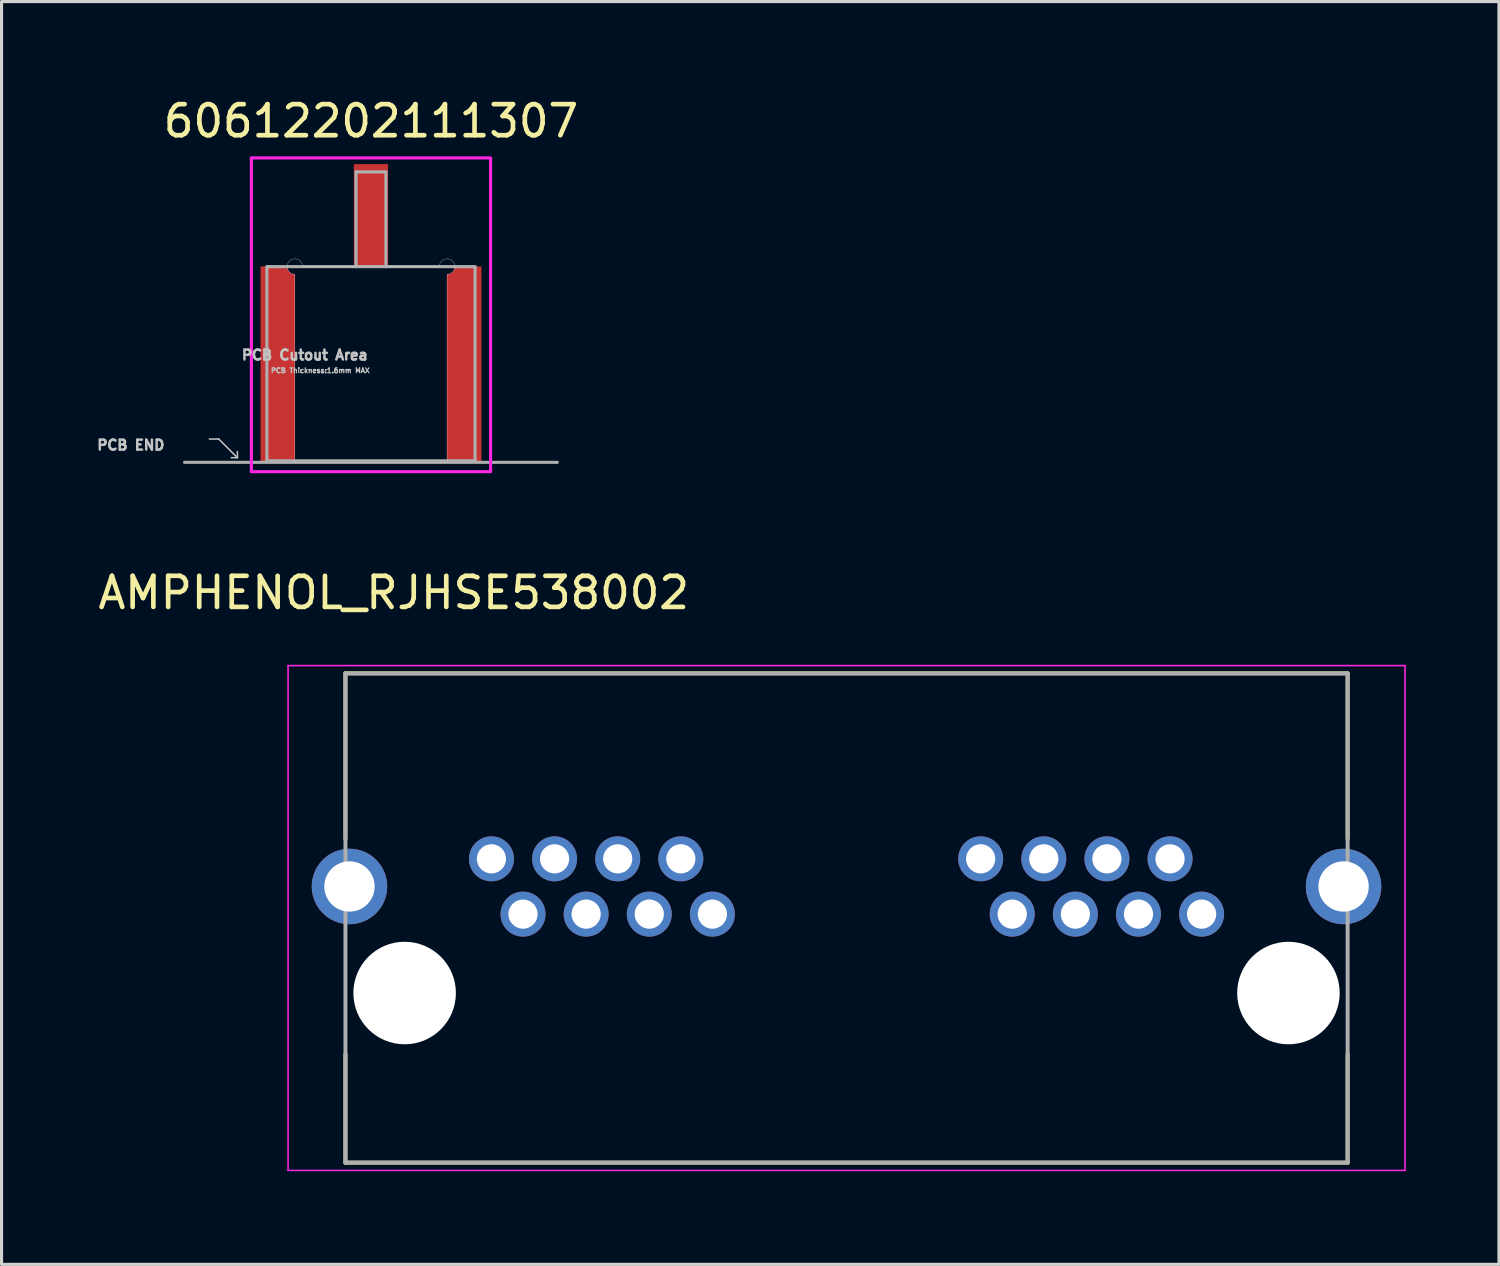
<source format=kicad_pcb>
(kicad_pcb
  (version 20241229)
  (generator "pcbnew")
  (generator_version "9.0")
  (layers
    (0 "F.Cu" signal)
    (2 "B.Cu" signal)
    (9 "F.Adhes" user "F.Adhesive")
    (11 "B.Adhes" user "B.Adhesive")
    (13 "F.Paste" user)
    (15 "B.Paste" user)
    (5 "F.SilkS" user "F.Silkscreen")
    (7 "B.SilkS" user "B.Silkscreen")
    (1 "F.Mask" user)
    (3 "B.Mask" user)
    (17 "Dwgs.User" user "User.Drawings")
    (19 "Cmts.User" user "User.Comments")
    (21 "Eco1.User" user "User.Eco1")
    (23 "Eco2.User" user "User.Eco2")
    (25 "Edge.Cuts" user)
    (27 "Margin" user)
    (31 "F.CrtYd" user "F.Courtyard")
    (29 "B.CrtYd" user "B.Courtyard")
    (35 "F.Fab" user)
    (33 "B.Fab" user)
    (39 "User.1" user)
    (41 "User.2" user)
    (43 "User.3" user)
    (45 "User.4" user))
  (footprint "60612202111307"
    (layer "F.Cu")
    (at 8.892 3.883)
    (property "Reference" "60612202111307" (at 0 -3.035 0) (layer "F.SilkS") (effects (font (size 1 1) (thickness 0.15))))
    (attr smd)
    (fp_poly (pts (xy 2.35 1.8) (xy 2.35 8.05) (xy 3.65 8.05) (xy 3.65 1.55) (xy 2.6 1.55) (xy 2.6 1.563) (xy 2.599 1.576) (xy 2.597 1.589) (xy 2.595 1.602) (xy 2.591 1.615) (xy 2.588 1.627) (xy 2.583 1.64) (xy 2.578 1.652) (xy 2.573 1.663) (xy 2.567 1.675) (xy 2.56 1.686) (xy 2.552 1.697) (xy 2.544 1.707) (xy 2.536 1.717) (xy 2.527 1.727) (xy 2.517 1.736) (xy 2.507 1.744) (xy 2.497 1.752) (xy 2.486 1.76) (xy 2.475 1.767) (xy 2.463 1.773) (xy 2.452 1.778) (xy 2.44 1.783) (xy 2.427 1.788) (xy 2.415 1.791) (xy 2.402 1.795) (xy 2.389 1.797) (xy 2.376 1.799) (xy 2.363 1.8) (xy 2.35 1.8)) (stroke (width 0.01) (type solid)) (fill yes) (layer "F.Mask"))
    (fp_poly (pts (xy -3.65 1.55) (xy -2.6 1.55) (xy -2.6 1.545) (xy -2.6 1.55) (xy -2.6 1.563) (xy -2.599 1.576) (xy -2.597 1.589) (xy -2.595 1.602) (xy -2.591 1.615) (xy -2.588 1.627) (xy -2.583 1.64) (xy -2.578 1.652) (xy -2.573 1.663) (xy -2.567 1.675) (xy -2.56 1.686) (xy -2.552 1.697) (xy -2.544 1.707) (xy -2.536 1.717) (xy -2.527 1.727) (xy -2.517 1.736) (xy -2.507 1.744) (xy -2.497 1.752) (xy -2.486 1.76) (xy -2.475 1.767) (xy -2.463 1.773) (xy -2.452 1.778) (xy -2.44 1.783) (xy -2.427 1.788) (xy -2.415 1.791) (xy -2.402 1.795) (xy -2.389 1.797) (xy -2.376 1.799) (xy -2.363 1.8) (xy -2.35 1.8) (xy -2.35 8.05) (xy -3.65 8.05) (xy -3.65 1.55)) (stroke (width 0.01) (type solid)) (fill yes) (layer "F.Mask"))
    (fp_poly (pts (xy -3.55 7.95) (xy -2.45 7.95) (xy -2.45 1.9) (xy -2.463 1.9) (xy -2.476 1.899) (xy -2.489 1.897) (xy -2.502 1.895) (xy -2.515 1.891) (xy -2.527 1.888) (xy -2.54 1.883) (xy -2.552 1.878) (xy -2.563 1.873) (xy -2.575 1.867) (xy -2.586 1.86) (xy -2.597 1.852) (xy -2.607 1.844) (xy -2.617 1.836) (xy -2.627 1.827) (xy -2.636 1.817) (xy -2.644 1.807) (xy -2.652 1.797) (xy -2.66 1.786) (xy -2.667 1.775) (xy -2.673 1.763) (xy -2.678 1.752) (xy -2.683 1.74) (xy -2.688 1.727) (xy -2.691 1.715) (xy -2.695 1.702) (xy -2.697 1.689) (xy -2.699 1.676) (xy -2.7 1.663) (xy -2.7 1.65) (xy -3.55 1.65) (xy -3.55 7.95)) (stroke (width 0.01) (type solid)) (fill yes) (layer "F.Paste"))
    (fp_poly (pts (xy 2.45 7.95) (xy 3.55 7.95) (xy 3.55 1.65) (xy 2.7 1.65) (xy 2.7 1.663) (xy 2.699 1.676) (xy 2.697 1.689) (xy 2.695 1.702) (xy 2.691 1.715) (xy 2.688 1.727) (xy 2.683 1.74) (xy 2.678 1.752) (xy 2.673 1.763) (xy 2.667 1.775) (xy 2.66 1.786) (xy 2.652 1.797) (xy 2.644 1.807) (xy 2.636 1.817) (xy 2.627 1.827) (xy 2.617 1.836) (xy 2.607 1.844) (xy 2.597 1.852) (xy 2.586 1.86) (xy 2.575 1.867) (xy 2.563 1.873) (xy 2.552 1.878) (xy 2.54 1.883) (xy 2.527 1.888) (xy 2.515 1.891) (xy 2.502 1.895) (xy 2.489 1.897) (xy 2.476 1.899) (xy 2.463 1.9) (xy 2.45 1.9) (xy 2.45 7.95)) (stroke (width 0.01) (type solid)) (fill yes) (layer "F.Paste"))
    (fp_line (start -5.2 7.2) (end -4.9 7.2) (stroke (width 0.05) (type solid)) (layer "Dwgs.User"))
    (fp_line (start -4.9 7.2) (end -4.3 7.8) (stroke (width 0.05) (type solid)) (layer "Dwgs.User"))
    (fp_line (start -4.3 7.8) (end -4.5 7.8) (stroke (width 0.05) (type solid)) (layer "Dwgs.User"))
    (fp_line (start -4.3 7.8) (end -4.3 7.6) (stroke (width 0.05) (type solid)) (layer "Dwgs.User"))
    (fp_line (start -2.45 7.95) (end -2.45 1.9) (stroke (width 0.01) (type solid)) (layer "Edge.Cuts"))
    (fp_line (start -2.2 1.65) (end 2.2 1.65) (stroke (width 0.01) (type solid)) (layer "Edge.Cuts"))
    (fp_line (start 2.45 1.9) (end 2.45 7.95) (stroke (width 0.01) (type solid)) (layer "Edge.Cuts"))
    (fp_line (start 2.45 7.95) (end -2.45 7.95) (stroke (width 0.01) (type solid)) (layer "Edge.Cuts"))
    (fp_arc (start -2.7 1.65) (mid -2.626777 1.473223) (end -2.45 1.4) (stroke (width 0.01) (type solid)) (layer "Edge.Cuts"))
    (fp_arc (start -2.45 1.4) (mid -2.273223 1.473223) (end -2.2 1.65) (stroke (width 0.01) (type solid)) (layer "Edge.Cuts"))
    (fp_arc (start -2.45 1.9) (mid -2.626777 1.826777) (end -2.7 1.65) (stroke (width 0.01) (type solid)) (layer "Edge.Cuts"))
    (fp_arc (start 2.2 1.65) (mid 2.273223 1.473223) (end 2.45 1.4) (stroke (width 0.01) (type solid)) (layer "Edge.Cuts"))
    (fp_arc (start 2.45 1.4) (mid 2.626777 1.473223) (end 2.7 1.65) (stroke (width 0.01) (type solid)) (layer "Edge.Cuts"))
    (fp_arc (start 2.7 1.65) (mid 2.626777 1.826777) (end 2.45 1.9) (stroke (width 0.01) (type solid)) (layer "Edge.Cuts"))
    (fp_poly (pts (xy -3.85 -1.85) (xy 3.85 -1.85) (xy 3.85 8.25) (xy -3.85 8.25)) (stroke (width 0.1) (type solid)) (fill no) (layer "F.CrtYd"))
    (fp_line (start -6 7.95) (end 6 7.95) (stroke (width 0.1) (type solid)) (layer "F.Fab"))
    (fp_line (start -3.35 1.65) (end -3.35 7.9) (stroke (width 0.1) (type solid)) (layer "F.Fab"))
    (fp_line (start -3.35 7.9) (end 3.35 7.9) (stroke (width 0.1) (type solid)) (layer "F.Fab"))
    (fp_line (start -0.48 -1.4) (end -0.48 1.65) (stroke (width 0.1) (type solid)) (layer "F.Fab"))
    (fp_line (start -0.48 1.65) (end -3.35 1.65) (stroke (width 0.1) (type solid)) (layer "F.Fab"))
    (fp_line (start -0.48 1.65) (end 0.48 1.65) (stroke (width 0.1) (type solid)) (layer "F.Fab"))
    (fp_line (start 0.48 -1.4) (end -0.48 -1.4) (stroke (width 0.1) (type solid)) (layer "F.Fab"))
    (fp_line (start 0.48 1.65) (end 0.48 -1.4) (stroke (width 0.1) (type solid)) (layer "F.Fab"))
    (fp_line (start 3.35 1.65) (end 0.48 1.65) (stroke (width 0.1) (type solid)) (layer "F.Fab"))
    (fp_line (start 3.35 7.9) (end 3.35 1.65) (stroke (width 0.1) (type solid)) (layer "F.Fab"))
    (fp_text user "PCB END" (at -7.73 7.395 0) (layer "Dwgs.User") (effects (font (size 0.32 0.32) (thickness 0.15))))
    (fp_text user "PCB Cutout Area" (at -2.13 4.495 0) (layer "Dwgs.User") (effects (font (size 0.32 0.32) (thickness 0.15))))
    (fp_text user "PCB Thickness:1.6mm MAX" (at -1.63 4.995 0) (layer "Dwgs.User") (effects (font (size 0.157 0.157) (thickness 0.15))))
    (fp_text user "PCB Cutout Area" (at -2.13 4.495 0) (layer "Edge.Cuts") (effects (font (size 0.32 0.32) (thickness 0.15))))
    (pad "1" smd rect (at 0 0) (size 1.1 3.3) (layers "F.Cu" "F.Mask" "F.Paste"))
    (pad "2" smd custom (at -3 4.8) (size 1 5) (layers "F.Cu") (options (anchor rect)) (primitives (gr_poly (pts (xy -0.55 3.15) (xy 0.55 3.15) (xy 0.55 -2.9) (xy 0.537 -2.9) (xy 0.524 -2.901) (xy 0.511 -2.903) (xy 0.498 -2.905) (xy 0.485 -2.909) (xy 0.473 -2.912) (xy 0.46 -2.917) (xy 0.448 -2.922) (xy 0.437 -2.927) (xy 0.425 -2.933) (xy 0.414 -2.94) (xy 0.403 -2.948) (xy 0.393 -2.956) (xy 0.383 -2.964) (xy 0.373 -2.973) (xy 0.364 -2.983) (xy 0.356 -2.993) (xy 0.348 -3.003) (xy 0.34 -3.014) (xy 0.333 -3.025) (xy 0.327 -3.037) (xy 0.322 -3.048) (xy 0.317 -3.06) (xy 0.312 -3.073) (xy 0.309 -3.085) (xy 0.305 -3.098) (xy 0.303 -3.111) (xy 0.301 -3.124) (xy 0.3 -3.137) (xy 0.3 -3.15) (xy -0.55 -3.15) (xy -0.55 3.15)) (width 0.01) (fill yes))))
    (pad "3" smd custom (at 3 4.8) (size 1 5) (layers "F.Cu") (options (anchor rect)) (primitives (gr_poly (pts (xy -0.55 3.15) (xy 0.55 3.15) (xy 0.55 -3.15) (xy -0.3 -3.15) (xy -0.3 -3.137) (xy -0.301 -3.124) (xy -0.303 -3.111) (xy -0.305 -3.098) (xy -0.309 -3.085) (xy -0.312 -3.073) (xy -0.317 -3.06) (xy -0.322 -3.048) (xy -0.327 -3.037) (xy -0.333 -3.025) (xy -0.34 -3.014) (xy -0.348 -3.003) (xy -0.356 -2.993) (xy -0.364 -2.983) (xy -0.373 -2.973) (xy -0.383 -2.964) (xy -0.393 -2.956) (xy -0.403 -2.948) (xy -0.414 -2.94) (xy -0.425 -2.933) (xy -0.437 -2.927) (xy -0.448 -2.922) (xy -0.46 -2.917) (xy -0.473 -2.912) (xy -0.485 -2.909) (xy -0.498 -2.905) (xy -0.511 -2.903) (xy -0.524 -2.901) (xy -0.537 -2.9) (xy -0.55 -2.9) (xy -0.55 3.15)) (width 0.01) (fill yes)))))
  (footprint "AMPHENOL_RJHSE538002"
    (layer "F.Cu")
    (at 24.2 28.916)
    (property "Reference" "AMPHENOL_RJHSE538002" (at -14.575 -12.885 0) (layer "F.SilkS") (effects (font (size 1 1) (thickness 0.15))))
    (attr through_hole)
    (fp_line (start -16.13 -10.29) (end 16.13 -10.29) (stroke (width 0.127) (type solid)) (layer "F.SilkS"))
    (fp_line (start -16.13 -4.965) (end -16.13 -10.29) (stroke (width 0.127) (type solid)) (layer "F.SilkS"))
    (fp_line (start -16.13 5.46) (end -16.13 1.97) (stroke (width 0.127) (type solid)) (layer "F.SilkS"))
    (fp_line (start 16.13 -10.29) (end 16.13 -4.965) (stroke (width 0.127) (type solid)) (layer "F.SilkS"))
    (fp_line (start 16.13 1.97) (end 16.13 5.46) (stroke (width 0.127) (type solid)) (layer "F.SilkS"))
    (fp_line (start 16.13 5.46) (end -16.13 5.46) (stroke (width 0.127) (type solid)) (layer "F.SilkS"))
    (fp_line (start -17.977 -10.54) (end -17.977 5.71) (stroke (width 0.05) (type solid)) (layer "F.CrtYd"))
    (fp_line (start -17.977 5.71) (end 17.977 5.71) (stroke (width 0.05) (type solid)) (layer "F.CrtYd"))
    (fp_line (start 17.977 -10.54) (end -17.977 -10.54) (stroke (width 0.05) (type solid)) (layer "F.CrtYd"))
    (fp_line (start 17.977 5.71) (end 17.977 -10.54) (stroke (width 0.05) (type solid)) (layer "F.CrtYd"))
    (fp_line (start -16.13 -10.29) (end 16.13 -10.29) (stroke (width 0.127) (type solid)) (layer "F.Fab"))
    (fp_line (start -16.13 5.46) (end -16.13 -10.29) (stroke (width 0.127) (type solid)) (layer "F.Fab"))
    (fp_line (start 16.13 -10.29) (end 16.13 5.46) (stroke (width 0.127) (type solid)) (layer "F.Fab"))
    (fp_line (start 16.13 5.46) (end -16.13 5.46) (stroke (width 0.127) (type solid)) (layer "F.Fab"))
    (pad "" np_thru_hole circle (at -14.225 0) (size 3.3 3.3) (drill 3.3) (layers "*.Cu" "*.Mask"))
    (pad "" np_thru_hole circle (at 14.225 0) (size 3.3 3.3) (drill 3.3) (layers "*.Cu" "*.Mask"))
    (pad "1_1" thru_hole circle (at -4.318 -2.54) (size 1.448 1.448) (drill 0.94) (layers "*.Cu" "*.Mask"))
    (pad "1_2" thru_hole circle (at -5.334 -4.32) (size 1.448 1.448) (drill 0.94) (layers "*.Cu" "*.Mask"))
    (pad "1_3" thru_hole circle (at -6.35 -2.54) (size 1.448 1.448) (drill 0.94) (layers "*.Cu" "*.Mask"))
    (pad "1_4" thru_hole circle (at -7.366 -4.32) (size 1.448 1.448) (drill 0.94) (layers "*.Cu" "*.Mask"))
    (pad "1_5" thru_hole circle (at -8.382 -2.54) (size 1.448 1.448) (drill 0.94) (layers "*.Cu" "*.Mask"))
    (pad "1_6" thru_hole circle (at -9.398 -4.32) (size 1.448 1.448) (drill 0.94) (layers "*.Cu" "*.Mask"))
    (pad "1_7" thru_hole circle (at -10.414 -2.54) (size 1.448 1.448) (drill 0.94) (layers "*.Cu" "*.Mask"))
    (pad "1_8" thru_hole circle (at -11.43 -4.32) (size 1.448 1.448) (drill 0.94) (layers "*.Cu" "*.Mask"))
    (pad "2_1" thru_hole circle (at 11.43 -2.54) (size 1.448 1.448) (drill 0.94) (layers "*.Cu" "*.Mask"))
    (pad "2_2" thru_hole circle (at 10.414 -4.32) (size 1.448 1.448) (drill 0.94) (layers "*.Cu" "*.Mask"))
    (pad "2_3" thru_hole circle (at 9.398 -2.54) (size 1.448 1.448) (drill 0.94) (layers "*.Cu" "*.Mask"))
    (pad "2_4" thru_hole circle (at 8.382 -4.32) (size 1.448 1.448) (drill 0.94) (layers "*.Cu" "*.Mask"))
    (pad "2_5" thru_hole circle (at 7.366 -2.54) (size 1.448 1.448) (drill 0.94) (layers "*.Cu" "*.Mask"))
    (pad "2_6" thru_hole circle (at 6.35 -4.32) (size 1.448 1.448) (drill 0.94) (layers "*.Cu" "*.Mask"))
    (pad "2_7" thru_hole circle (at 5.334 -2.54) (size 1.448 1.448) (drill 0.94) (layers "*.Cu" "*.Mask"))
    (pad "2_8" thru_hole circle (at 4.318 -4.32) (size 1.448 1.448) (drill 0.94) (layers "*.Cu" "*.Mask"))
    (pad "SH1" thru_hole circle (at -16 -3.43) (size 2.43 2.43) (drill 1.62) (layers "*.Cu" "*.Mask"))
    (pad "SH2" thru_hole circle (at 16 -3.43) (size 2.43 2.43) (drill 1.62) (layers "*.Cu" "*.Mask")))
  (gr_rect
    (start -3 -3)
    (end 45.202 37.651)
    (stroke (width 0.1) (type default))
    (fill no)
    (layer "Edge.Cuts")))
</source>
